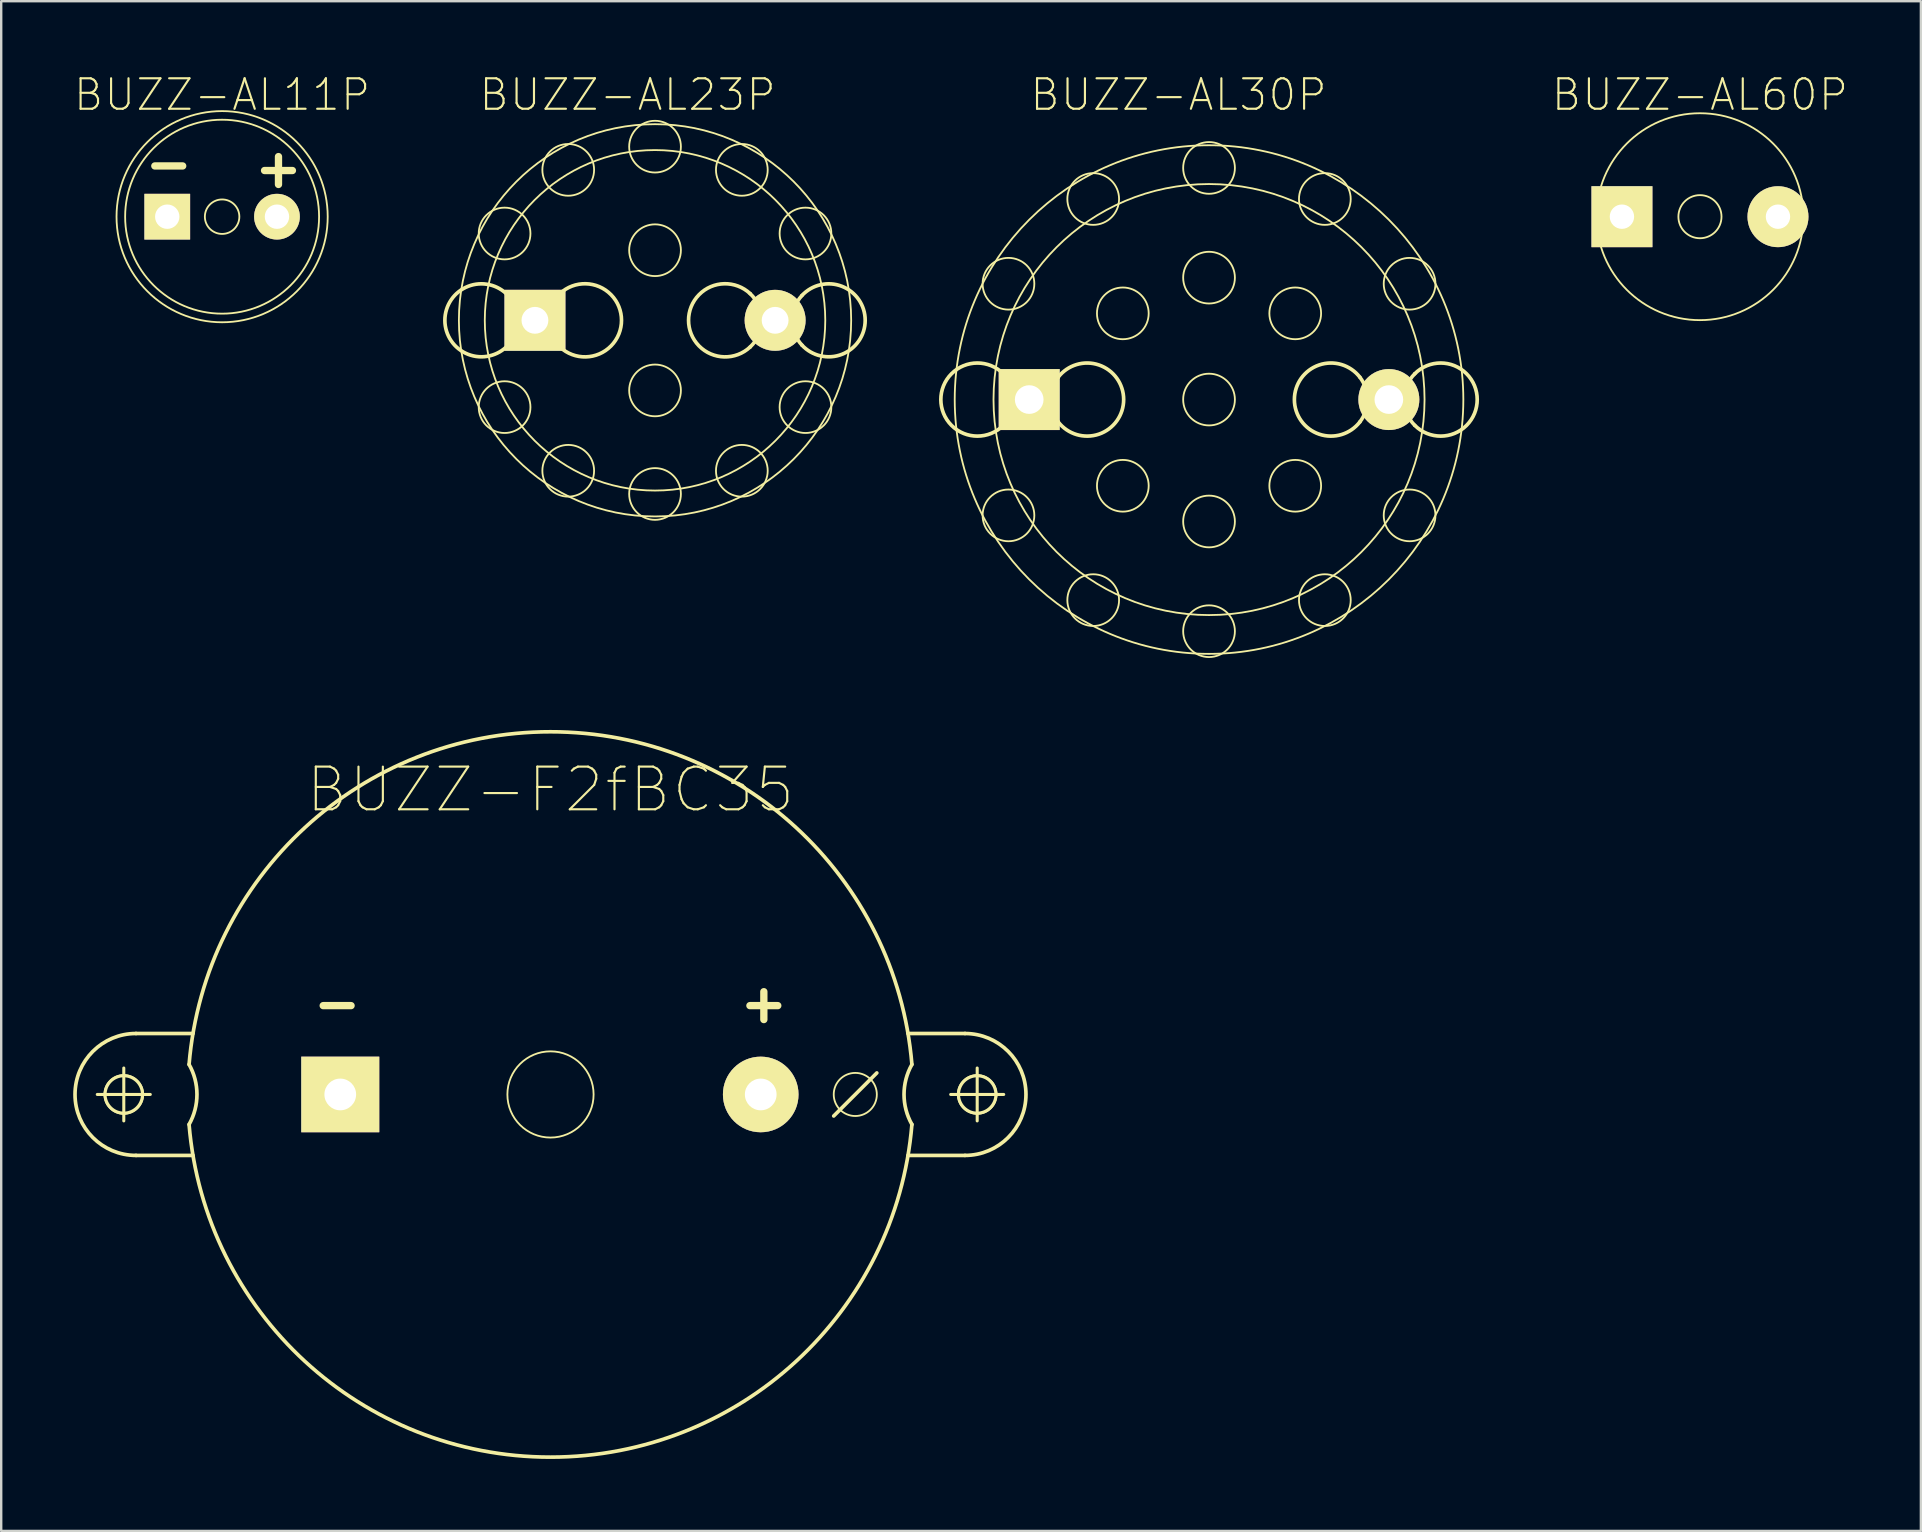
<source format=kicad_pcb>
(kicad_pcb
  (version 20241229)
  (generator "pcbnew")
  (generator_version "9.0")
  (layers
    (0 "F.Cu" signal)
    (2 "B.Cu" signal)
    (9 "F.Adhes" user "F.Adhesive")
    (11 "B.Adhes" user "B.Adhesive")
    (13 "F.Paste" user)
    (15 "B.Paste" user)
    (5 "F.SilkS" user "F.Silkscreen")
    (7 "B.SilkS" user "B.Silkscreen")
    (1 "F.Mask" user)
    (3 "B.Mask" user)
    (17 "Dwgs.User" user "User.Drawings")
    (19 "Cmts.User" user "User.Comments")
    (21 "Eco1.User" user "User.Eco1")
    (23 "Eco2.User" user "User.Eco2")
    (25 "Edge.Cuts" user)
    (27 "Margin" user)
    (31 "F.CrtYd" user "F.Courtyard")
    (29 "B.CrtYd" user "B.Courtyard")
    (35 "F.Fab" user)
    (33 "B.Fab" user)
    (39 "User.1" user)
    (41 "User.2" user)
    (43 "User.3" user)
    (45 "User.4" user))
  (footprint "BUZZ-F2fBC35"
    (layer "F.Cu")
    (at 19.888 42.554)
    (property "Reference" "BUZZ-F2fBC35" (at 0 -12.7 0) (layer "F.SilkS") (effects (font (size 1.778 1.778) (thickness 0.089))))
    (attr exclude_from_pos_files exclude_from_bom)
    (fp_line (start -18.885 0) (end -16.675 0) (stroke (width 0.127) (type solid)) (layer "F.SilkS"))
    (fp_line (start -17.78 1.102) (end -17.78 -1.102) (stroke (width 0.127) (type solid)) (layer "F.SilkS"))
    (fp_line (start -14.897 -2.54) (end -17.272 -2.54) (stroke (width 0.152) (type solid)) (layer "F.SilkS"))
    (fp_line (start -14.897 2.54) (end -17.272 2.54) (stroke (width 0.152) (type solid)) (layer "F.SilkS"))
    (fp_line (start 11.801 0.897) (end 13.597 -0.897) (stroke (width 0.152) (type solid)) (layer "F.SilkS"))
    (fp_line (start 14.897 -2.54) (end 17.272 -2.54) (stroke (width 0.152) (type solid)) (layer "F.SilkS"))
    (fp_line (start 14.897 2.54) (end 17.272 2.54) (stroke (width 0.152) (type solid)) (layer "F.SilkS"))
    (fp_line (start 16.675 0) (end 18.885 0) (stroke (width 0.127) (type solid)) (layer "F.SilkS"))
    (fp_line (start 17.78 1.102) (end 17.78 -1.102) (stroke (width 0.127) (type solid)) (layer "F.SilkS"))
    (fp_arc (start -17.272 2.54) (mid -19.812 0) (end -17.272 -2.54) (stroke (width 0.1524) (type solid)) (layer "F.SilkS"))
    (fp_arc (start -15.05966 -1.24968) (mid -14.731105 -0.000475) (end -15.059193 1.248853) (stroke (width 0.1524) (type solid)) (layer "F.SilkS"))
    (fp_arc (start -15.05966 -1.24968) (mid -0.001675 -15.111421) (end 15.059383 -1.253019) (stroke (width 0.1524) (type solid)) (layer "F.SilkS"))
    (fp_arc (start 15.05966 1.24968) (mid 0.001675 15.111421) (end -15.059383 1.253019) (stroke (width 0.1524) (type solid)) (layer "F.SilkS"))
    (fp_arc (start 15.05966 1.24968) (mid 14.731105 0.000475) (end 15.059193 -1.248853) (stroke (width 0.1524) (type solid)) (layer "F.SilkS"))
    (fp_arc (start 17.272 -2.54) (mid 19.812 0) (end 17.272 2.54) (stroke (width 0.1524) (type solid)) (layer "F.SilkS"))
    (fp_circle (center -17.78 0) (end -18.352 0.572) (stroke (width 0.076) (type solid)) (fill no) (layer "F.SilkS"))
    (fp_circle (center -17.78 0) (end -18.331 0.551) (stroke (width 0.127) (type solid)) (fill no) (layer "F.SilkS"))
    (fp_circle (center 0 0) (end -1.27 1.27) (stroke (width 0.076) (type solid)) (fill no) (layer "F.SilkS"))
    (fp_circle (center 12.7 0) (end 13.335 0.635) (stroke (width 0.076) (type solid)) (fill no) (layer "F.SilkS"))
    (fp_circle (center 17.78 0) (end 18.331 0.551) (stroke (width 0.127) (type solid)) (fill no) (layer "F.SilkS"))
    (fp_circle (center 17.78 0) (end 18.352 0.572) (stroke (width 0.076) (type solid)) (fill no) (layer "F.SilkS"))
    (fp_text user "+" (at 8.89 -3.81 0) (layer "F.SilkS") (effects (font (size 1.524 1.524) (thickness 0.305))))
    (fp_text user "-" (at -8.89 -3.81 0) (layer "F.SilkS") (effects (font (size 1.524 1.524) (thickness 0.305))))
    (pad "1" thru_hole rect (at -8.76 0 90) (size 3.15 3.251) (drill 1.321) (layers "*.Cu" "F.Mask" "F.SilkS" "F.Paste"))
    (pad "2" thru_hole circle (at 8.76 0) (size 3.15 3.15) (drill 1.321) (layers "*.Cu" "F.Mask" "F.SilkS" "F.Paste")))
  (footprint "BUZZ-AL11P"
    (layer "F.Cu")
    (at 6.205 5.979)
    (property "Reference" "BUZZ-AL11P" (at 0 -5.08 0) (layer "F.SilkS") (effects (font (size 1.27 1.27) (thickness 0.089))))
    (attr exclude_from_pos_files exclude_from_bom)
    (fp_circle (center 0 0) (end -3.111 3.111) (stroke (width 0.076) (type solid)) (fill no) (layer "F.SilkS"))
    (fp_circle (center 0 0) (end -2.857 2.857) (stroke (width 0.076) (type solid)) (fill no) (layer "F.SilkS"))
    (fp_circle (center 0 0) (end -0.508 0.508) (stroke (width 0.076) (type solid)) (fill no) (layer "F.SilkS"))
    (fp_text user "+" (at 2.349 -2.032 0) (layer "F.SilkS") (effects (font (size 1.524 1.524) (thickness 0.305))))
    (fp_text user "-" (at -2.223 -2.223 0) (layer "F.SilkS") (effects (font (size 1.524 1.524) (thickness 0.305))))
    (pad "1" thru_hole rect (at -2.286 0) (size 1.905 1.905) (drill 1.016) (layers "*.Cu" "F.Mask" "F.SilkS" "F.Paste"))
    (pad "2" thru_hole circle (at 2.286 0) (size 1.905 1.905) (drill 1.016) (layers "*.Cu" "F.Mask" "F.SilkS" "F.Paste")))
  (footprint "BUZZ-AL60P"
    (layer "F.Cu")
    (at 67.784 5.979)
    (property "Reference" "BUZZ-AL60P" (at 0 -5.08 0) (layer "F.SilkS") (effects (font (size 1.27 1.27) (thickness 0.089))))
    (attr exclude_from_pos_files exclude_from_bom)
    (fp_circle (center 0 0) (end -3.048 3.048) (stroke (width 0.076) (type solid)) (fill no) (layer "F.SilkS"))
    (fp_circle (center 0 0) (end -0.635 0.635) (stroke (width 0.076) (type solid)) (fill no) (layer "F.SilkS"))
    (pad "1" thru_hole rect (at -3.251 0) (size 2.54 2.54) (drill 1.016) (layers "*.Cu" "F.Mask" "F.SilkS" "F.Paste"))
    (pad "2" thru_hole circle (at 3.251 0) (size 2.54 2.54) (drill 1.016) (layers "*.Cu" "F.Mask" "F.SilkS" "F.Paste")))
  (footprint "BUZZ-AL23P"
    (layer "F.Cu")
    (at 24.244 10.297)
    (property "Reference" "BUZZ-AL23P" (at -1.143 -9.398 0) (layer "F.SilkS") (effects (font (size 1.27 1.27) (thickness 0.089))))
    (attr exclude_from_pos_files exclude_from_bom)
    (fp_arc (start -6.1214 -1.03378) (mid -5.715914 -0.000898) (end -6.12018 1.032463) (stroke (width 0.1524) (type solid)) (layer "F.SilkS"))
    (fp_arc (start -6.1214 1.03378) (mid -8.757006 0.00043) (end -6.121984 -1.03441) (stroke (width 0.1524) (type solid)) (layer "F.SilkS"))
    (fp_arc (start -3.9624 -1.11252) (mid -1.397119 -0.000235) (end -3.962056 1.112841) (stroke (width 0.1524) (type solid)) (layer "F.SilkS"))
    (fp_arc (start -3.9624 1.11252) (mid -4.444881 0.001094) (end -3.963997 -1.111023) (stroke (width 0.1524) (type solid)) (layer "F.SilkS"))
    (fp_arc (start 3.9624 -1.11252) (mid 4.444881 -0.001094) (end 3.963997 1.111023) (stroke (width 0.1524) (type solid)) (layer "F.SilkS"))
    (fp_arc (start 3.9624 1.11252) (mid 1.397119 0.000235) (end 3.962056 -1.112841) (stroke (width 0.1524) (type solid)) (layer "F.SilkS"))
    (fp_arc (start 6.1214 -1.03378) (mid 8.757006 -0.00043) (end 6.121984 1.03441) (stroke (width 0.1524) (type solid)) (layer "F.SilkS"))
    (fp_arc (start 6.1214 1.03378) (mid 5.715914 0.000898) (end 6.12018 -1.032463) (stroke (width 0.1524) (type solid)) (layer "F.SilkS"))
    (fp_circle (center -6.269 -3.617) (end -7.031 -4.379) (stroke (width 0.076) (type solid)) (fill no) (layer "F.SilkS"))
    (fp_circle (center -6.269 3.617) (end -7.031 4.379) (stroke (width 0.076) (type solid)) (fill no) (layer "F.SilkS"))
    (fp_circle (center -3.617 -6.269) (end -4.379 -7.031) (stroke (width 0.076) (type solid)) (fill no) (layer "F.SilkS"))
    (fp_circle (center -3.617 6.269) (end -4.379 7.031) (stroke (width 0.076) (type solid)) (fill no) (layer "F.SilkS"))
    (fp_circle (center 0 -7.236) (end -0.762 -7.998) (stroke (width 0.076) (type solid)) (fill no) (layer "F.SilkS"))
    (fp_circle (center 0 -2.921) (end -0.762 -3.683) (stroke (width 0.076) (type solid)) (fill no) (layer "F.SilkS"))
    (fp_circle (center 0 0) (end -5.779 5.779) (stroke (width 0.076) (type solid)) (fill no) (layer "F.SilkS"))
    (fp_circle (center 0 0) (end -5.016 5.016) (stroke (width 0.076) (type solid)) (fill no) (layer "F.SilkS"))
    (fp_circle (center 0 2.921) (end -0.762 3.683) (stroke (width 0.076) (type solid)) (fill no) (layer "F.SilkS"))
    (fp_circle (center 0 7.236) (end -0.762 7.998) (stroke (width 0.076) (type solid)) (fill no) (layer "F.SilkS"))
    (fp_circle (center 3.617 -6.269) (end 4.379 -7.031) (stroke (width 0.076) (type solid)) (fill no) (layer "F.SilkS"))
    (fp_circle (center 3.617 6.269) (end 4.379 7.031) (stroke (width 0.076) (type solid)) (fill no) (layer "F.SilkS"))
    (fp_circle (center 6.269 -3.617) (end 7.031 -4.379) (stroke (width 0.076) (type solid)) (fill no) (layer "F.SilkS"))
    (fp_circle (center 6.269 3.617) (end 7.031 4.379) (stroke (width 0.076) (type solid)) (fill no) (layer "F.SilkS"))
    (pad "1" thru_hole rect (at -5.004 0) (size 2.54 2.54) (drill 1.118) (layers "*.Cu" "F.Mask" "F.SilkS" "F.Paste"))
    (pad "2" thru_hole circle (at 5.004 0) (size 2.54 2.54) (drill 1.118) (layers "*.Cu" "F.Mask" "F.SilkS" "F.Paste")))
  (footprint "BUZZ-AL30P"
    (layer "F.Cu")
    (at 47.328 13.599)
    (property "Reference" "BUZZ-AL30P" (at -1.27 -12.7 0) (layer "F.SilkS") (effects (font (size 1.27 1.27) (thickness 0.089))))
    (attr exclude_from_pos_files exclude_from_bom)
    (fp_arc (start -8.5725 -1.07442) (mid -8.128945 0.000934) (end -8.573818 1.075743) (stroke (width 0.1524) (type solid)) (layer "F.SilkS"))
    (fp_arc (start -8.5725 1.07442) (mid -11.175054 0.002263) (end -8.575698 -1.077623) (stroke (width 0.1524) (type solid)) (layer "F.SilkS"))
    (fp_arc (start -6.2865 -0.92964) (mid -3.556889 -0.002254) (end -6.283743 0.933207) (stroke (width 0.1524) (type solid)) (layer "F.SilkS"))
    (fp_arc (start -6.2865 0.92964) (mid -6.603113 -0.000925) (end -6.28537 -0.931105) (stroke (width 0.1524) (type solid)) (layer "F.SilkS"))
    (fp_arc (start 6.2865 -0.92964) (mid 6.603113 0.000925) (end 6.28537 0.931105) (stroke (width 0.1524) (type solid)) (layer "F.SilkS"))
    (fp_arc (start 6.2865 0.92964) (mid 3.556889 0.002254) (end 6.283743 -0.933207) (stroke (width 0.1524) (type solid)) (layer "F.SilkS"))
    (fp_arc (start 8.5725 -1.07442) (mid 11.175054 -0.002263) (end 8.575698 1.077623) (stroke (width 0.1524) (type solid)) (layer "F.SilkS"))
    (fp_arc (start 8.5725 1.07442) (mid 8.128945 -0.000934) (end 8.573818 -1.075743) (stroke (width 0.1524) (type solid)) (layer "F.SilkS"))
    (fp_circle (center -8.357 -4.826) (end -9.119 -5.588) (stroke (width 0.076) (type solid)) (fill no) (layer "F.SilkS"))
    (fp_circle (center -8.357 4.826) (end -9.119 5.588) (stroke (width 0.076) (type solid)) (fill no) (layer "F.SilkS"))
    (fp_circle (center -4.826 -8.357) (end -5.588 -9.119) (stroke (width 0.076) (type solid)) (fill no) (layer "F.SilkS"))
    (fp_circle (center -4.826 8.357) (end -5.588 9.119) (stroke (width 0.076) (type solid)) (fill no) (layer "F.SilkS"))
    (fp_circle (center -3.592 -3.592) (end -4.354 -4.354) (stroke (width 0.076) (type solid)) (fill no) (layer "F.SilkS"))
    (fp_circle (center -3.592 3.592) (end -4.354 4.354) (stroke (width 0.076) (type solid)) (fill no) (layer "F.SilkS"))
    (fp_circle (center 0 -9.652) (end -0.762 -10.414) (stroke (width 0.076) (type solid)) (fill no) (layer "F.SilkS"))
    (fp_circle (center 0 -5.08) (end -0.762 -5.842) (stroke (width 0.076) (type solid)) (fill no) (layer "F.SilkS"))
    (fp_circle (center 0 0) (end -7.493 7.493) (stroke (width 0.076) (type solid)) (fill no) (layer "F.SilkS"))
    (fp_circle (center 0 0) (end -6.35 6.35) (stroke (width 0.076) (type solid)) (fill no) (layer "F.SilkS"))
    (fp_circle (center 0 0) (end -0.762 0.762) (stroke (width 0.076) (type solid)) (fill no) (layer "F.SilkS"))
    (fp_circle (center 0 5.08) (end -0.762 5.842) (stroke (width 0.076) (type solid)) (fill no) (layer "F.SilkS"))
    (fp_circle (center 0 9.652) (end -0.762 10.414) (stroke (width 0.076) (type solid)) (fill no) (layer "F.SilkS"))
    (fp_circle (center 3.592 -3.592) (end 4.354 -4.354) (stroke (width 0.076) (type solid)) (fill no) (layer "F.SilkS"))
    (fp_circle (center 3.592 3.592) (end 4.354 4.354) (stroke (width 0.076) (type solid)) (fill no) (layer "F.SilkS"))
    (fp_circle (center 4.826 -8.357) (end 5.588 -9.119) (stroke (width 0.076) (type solid)) (fill no) (layer "F.SilkS"))
    (fp_circle (center 4.826 8.357) (end 5.588 9.119) (stroke (width 0.076) (type solid)) (fill no) (layer "F.SilkS"))
    (fp_circle (center 8.357 -4.826) (end 9.119 -5.588) (stroke (width 0.076) (type solid)) (fill no) (layer "F.SilkS"))
    (fp_circle (center 8.357 4.826) (end 9.119 5.588) (stroke (width 0.076) (type solid)) (fill no) (layer "F.SilkS"))
    (pad "1" thru_hole rect (at -7.493 0) (size 2.54 2.54) (drill 1.194) (layers "*.Cu" "F.Mask" "F.SilkS" "F.Paste"))
    (pad "2" thru_hole circle (at 7.493 0) (size 2.54 2.54) (drill 1.194) (layers "*.Cu" "F.Mask" "F.SilkS" "F.Paste")))
  (gr_rect
    (start -3 -3)
    (end 76.99 60.742)
    (stroke (width 0.1) (type default))
    (fill no)
    (layer "Edge.Cuts")))
</source>
